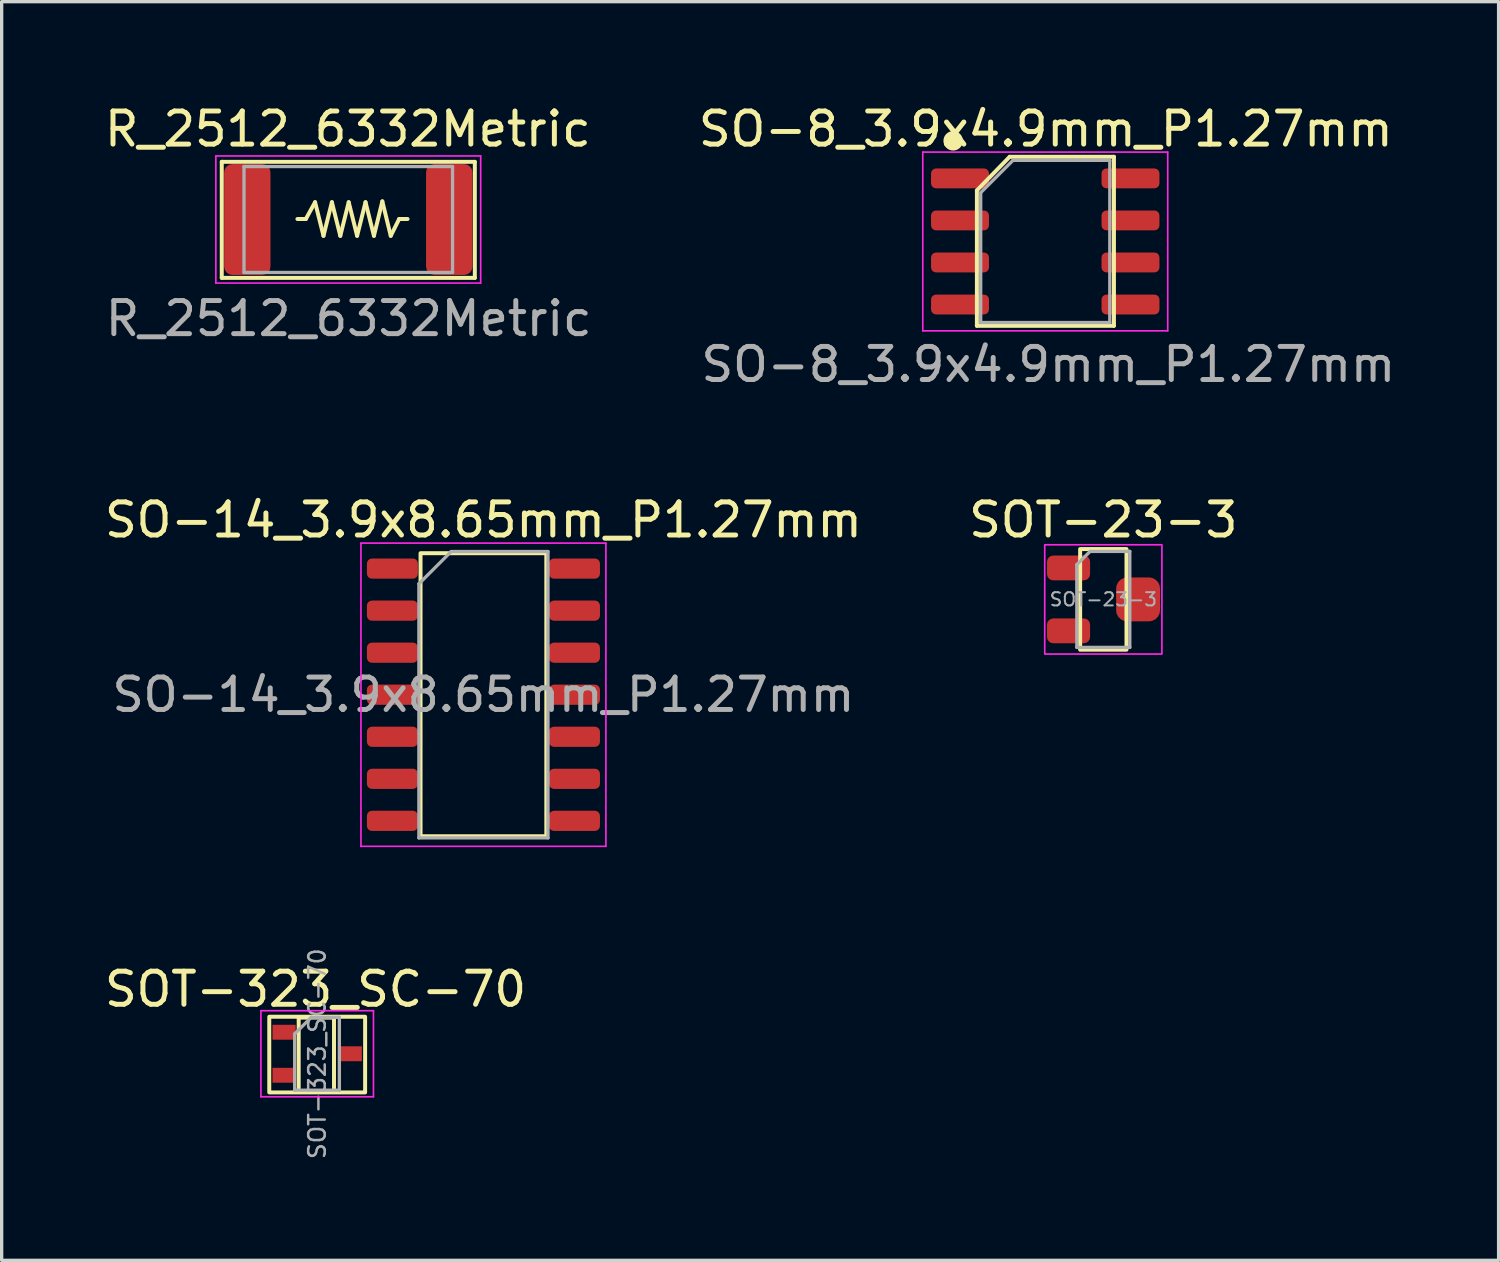
<source format=kicad_pcb>
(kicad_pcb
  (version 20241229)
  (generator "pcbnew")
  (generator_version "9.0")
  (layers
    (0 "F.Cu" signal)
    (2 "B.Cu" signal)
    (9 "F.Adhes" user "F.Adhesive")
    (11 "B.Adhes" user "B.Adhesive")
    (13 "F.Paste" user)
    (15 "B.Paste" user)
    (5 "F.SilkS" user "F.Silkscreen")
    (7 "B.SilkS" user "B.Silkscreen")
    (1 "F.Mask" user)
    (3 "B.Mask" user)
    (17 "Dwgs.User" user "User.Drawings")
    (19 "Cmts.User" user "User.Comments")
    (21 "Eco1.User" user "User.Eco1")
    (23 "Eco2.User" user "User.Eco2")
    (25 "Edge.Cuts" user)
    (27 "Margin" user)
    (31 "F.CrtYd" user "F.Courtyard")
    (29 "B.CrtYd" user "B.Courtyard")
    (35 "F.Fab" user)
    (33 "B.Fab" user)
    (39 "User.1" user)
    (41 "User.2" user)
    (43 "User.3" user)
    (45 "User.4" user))
  (footprint "SO-8_3.9x4.9mm_P1.27mm"
    (layer "F.Cu")
    (at 28.518 4.76)
    (property "Reference" "SO-8_3.9x4.9mm_P1.27mm" (at 0.025 -3.912 0) (unlocked yes) (layer "F.SilkS") (effects (font (size 1 1) (thickness 0.15))))
    (attr smd)
    (fp_line (start -2.057 -2.057) (end -2.057 2.007) (stroke (width 0.12) (type solid)) (layer "F.SilkS"))
    (fp_line (start -2.057 2.007) (end -2.057 2.032) (stroke (width 0.12) (type solid)) (layer "F.SilkS"))
    (fp_line (start -2.057 2.032) (end 2.083 2.032) (stroke (width 0.12) (type solid)) (layer "F.SilkS"))
    (fp_line (start -1.067 -3.073) (end -2.057 -2.057) (stroke (width 0.12) (type solid)) (layer "F.SilkS"))
    (fp_line (start 2.083 -3.073) (end -1.067 -3.073) (stroke (width 0.12) (type solid)) (layer "F.SilkS"))
    (fp_line (start 2.083 -3.073) (end 2.083 2.032) (stroke (width 0.12) (type solid)) (layer "F.SilkS"))
    (fp_circle (center -2.774 -3.556) (end -2.54 -3.556) (stroke (width 0.12) (type solid)) (fill yes) (layer "F.SilkS"))
    (fp_line (start -3.692 -3.216) (end -3.692 2.184) (stroke (width 0.05) (type solid)) (layer "F.CrtYd"))
    (fp_line (start -3.692 2.184) (end 3.708 2.184) (stroke (width 0.05) (type solid)) (layer "F.CrtYd"))
    (fp_line (start 3.708 -3.216) (end -3.692 -3.216) (stroke (width 0.05) (type solid)) (layer "F.CrtYd"))
    (fp_line (start 3.708 2.184) (end 3.708 -3.216) (stroke (width 0.05) (type solid)) (layer "F.CrtYd"))
    (fp_line (start -1.942 -1.991) (end -0.967 -2.966) (stroke (width 0.1) (type solid)) (layer "F.Fab"))
    (fp_line (start -1.942 1.934) (end -1.942 -1.991) (stroke (width 0.1) (type solid)) (layer "F.Fab"))
    (fp_line (start -0.967 -2.966) (end 1.958 -2.966) (stroke (width 0.1) (type solid)) (layer "F.Fab"))
    (fp_line (start 1.958 -2.966) (end 1.958 1.934) (stroke (width 0.1) (type solid)) (layer "F.Fab"))
    (fp_line (start 1.958 1.934) (end -1.942 1.934) (stroke (width 0.1) (type solid)) (layer "F.Fab"))
    (fp_text user "${REFERENCE}" (at 0.102 3.2 0) (unlocked yes) (layer "F.Fab") (effects (font (size 1 1) (thickness 0.15))))
    (pad "1" smd roundrect (at -2.567 -2.421) (size 1.75 0.6) (layers "F.Cu" "F.Mask" "F.Paste") (roundrect_rratio 0.25))
    (pad "2" smd roundrect (at -2.567 -1.151) (size 1.75 0.6) (layers "F.Cu" "F.Mask" "F.Paste") (roundrect_rratio 0.25))
    (pad "3" smd roundrect (at -2.567 0.119) (size 1.75 0.6) (layers "F.Cu" "F.Mask" "F.Paste") (roundrect_rratio 0.25))
    (pad "4" smd roundrect (at -2.567 1.389) (size 1.75 0.6) (layers "F.Cu" "F.Mask" "F.Paste") (roundrect_rratio 0.25))
    (pad "5" smd roundrect (at 2.583 1.389) (size 1.75 0.6) (layers "F.Cu" "F.Mask" "F.Paste") (roundrect_rratio 0.25))
    (pad "6" smd roundrect (at 2.583 0.119) (size 1.75 0.6) (layers "F.Cu" "F.Mask" "F.Paste") (roundrect_rratio 0.25))
    (pad "7" smd roundrect (at 2.583 -1.151) (size 1.75 0.6) (layers "F.Cu" "F.Mask" "F.Paste") (roundrect_rratio 0.25))
    (pad "8" smd roundrect (at 2.583 -2.421) (size 1.75 0.6) (layers "F.Cu" "F.Mask" "F.Paste") (roundrect_rratio 0.25)))
  (footprint "R_2512_6332Metric"
    (layer "F.Cu")
    (at 7.484 4.074)
    (property "Reference" "R_2512_6332Metric" (at -0.025 -3.226 0) (unlocked yes) (layer "F.SilkS") (effects (font (size 1 1) (thickness 0.15))))
    (attr smd)
    (fp_line (start -3.835 -2.235) (end -3.81 -2.235) (stroke (width 0.12) (type solid)) (layer "F.SilkS"))
    (fp_line (start -3.835 1.27) (end -3.835 -2.235) (stroke (width 0.12) (type solid)) (layer "F.SilkS"))
    (fp_line (start -3.81 -2.235) (end 3.81 -2.235) (stroke (width 0.12) (type solid)) (layer "F.SilkS"))
    (fp_line (start -1.549 -0.508) (end -1.295 -0.508) (stroke (width 0.12) (type solid)) (layer "F.SilkS"))
    (fp_line (start -1.295 -0.508) (end -1.016 -1.016) (stroke (width 0.12) (type solid)) (layer "F.SilkS"))
    (fp_line (start -1.016 -1.016) (end -0.762 0) (stroke (width 0.12) (type solid)) (layer "F.SilkS"))
    (fp_line (start -0.762 0) (end -0.508 -1.016) (stroke (width 0.12) (type solid)) (layer "F.SilkS"))
    (fp_line (start -0.508 -1.016) (end -0.254 0) (stroke (width 0.12) (type solid)) (layer "F.SilkS"))
    (fp_line (start -0.254 0) (end 0 -1.016) (stroke (width 0.12) (type solid)) (layer "F.SilkS"))
    (fp_line (start 0 -1.016) (end 0.254 0) (stroke (width 0.12) (type solid)) (layer "F.SilkS"))
    (fp_line (start 0.254 0) (end 0.508 -1.016) (stroke (width 0.12) (type solid)) (layer "F.SilkS"))
    (fp_line (start 0.508 -1.016) (end 0.762 0) (stroke (width 0.12) (type solid)) (layer "F.SilkS"))
    (fp_line (start 0.762 0) (end 1.016 -1.041) (stroke (width 0.12) (type solid)) (layer "F.SilkS"))
    (fp_line (start 1.016 -1.041) (end 1.27 0) (stroke (width 0.12) (type solid)) (layer "F.SilkS"))
    (fp_line (start 1.27 0) (end 1.524 -0.508) (stroke (width 0.12) (type solid)) (layer "F.SilkS"))
    (fp_line (start 1.524 -0.508) (end 1.778 -0.508) (stroke (width 0.12) (type solid)) (layer "F.SilkS"))
    (fp_line (start 3.81 -2.235) (end 3.81 1.27) (stroke (width 0.12) (type solid)) (layer "F.SilkS"))
    (fp_line (start 3.81 1.27) (end -3.835 1.27) (stroke (width 0.12) (type solid)) (layer "F.SilkS"))
    (fp_line (start -4.013 -2.413) (end 3.987 -2.413) (stroke (width 0.05) (type solid)) (layer "F.CrtYd"))
    (fp_line (start -4.013 1.427) (end -4.013 -2.413) (stroke (width 0.05) (type solid)) (layer "F.CrtYd"))
    (fp_line (start 3.987 -2.413) (end 3.987 1.427) (stroke (width 0.05) (type solid)) (layer "F.CrtYd"))
    (fp_line (start 3.987 1.427) (end -4.013 1.427) (stroke (width 0.05) (type solid)) (layer "F.CrtYd"))
    (fp_line (start -3.163 -2.093) (end 3.137 -2.093) (stroke (width 0.1) (type solid)) (layer "F.Fab"))
    (fp_line (start -3.163 1.107) (end -3.163 -2.093) (stroke (width 0.1) (type solid)) (layer "F.Fab"))
    (fp_line (start 3.137 -2.093) (end 3.137 1.107) (stroke (width 0.1) (type solid)) (layer "F.Fab"))
    (fp_line (start 3.137 1.107) (end -3.163 1.107) (stroke (width 0.1) (type solid)) (layer "F.Fab"))
    (fp_text user "${REFERENCE}" (at 0 2.5 0) (unlocked yes) (layer "F.Fab") (effects (font (size 1 1) (thickness 0.15))))
    (pad "1" smd roundrect (at -3.063 -0.493) (size 1.4 3.35) (layers "F.Cu" "F.Mask" "F.Paste") (roundrect_rratio 0.179))
    (pad "2" smd roundrect (at 3.037 -0.493) (size 1.4 3.35) (layers "F.Cu" "F.Mask" "F.Paste") (roundrect_rratio 0.179)))
  (footprint "SOT-323_SC-70"
    (layer "F.Cu")
    (at 6.532 28.783)
    (property "Reference" "SOT-323_SC-70" (at -0.05 -1.95 0) (layer "F.SilkS") (effects (font (size 1 1) (thickness 0.15))))
    (attr smd)
    (fp_line (start -0.559 -1.092) (end 0.508 -1.092) (stroke (width 0.12) (type default)) (layer "F.SilkS"))
    (fp_line (start -0.559 1.143) (end -0.559 -1.092) (stroke (width 0.12) (type default)) (layer "F.SilkS"))
    (fp_line (start 0.508 -1.092) (end 0.508 1.143) (stroke (width 0.12) (type default)) (layer "F.SilkS"))
    (fp_line (start 0.508 1.143) (end -0.559 1.143) (stroke (width 0.12) (type default)) (layer "F.SilkS"))
    (fp_rect (start -1.448 -1.118) (end 1.448 1.168) (stroke (width 0.12) (type default)) (fill no) (layer "F.SilkS"))
    (fp_line (start -1.7 -1.3) (end 1.7 -1.3) (stroke (width 0.05) (type solid)) (layer "F.CrtYd"))
    (fp_line (start -1.7 1.3) (end -1.7 -1.3) (stroke (width 0.05) (type solid)) (layer "F.CrtYd"))
    (fp_line (start 1.7 -1.3) (end 1.7 1.3) (stroke (width 0.05) (type solid)) (layer "F.CrtYd"))
    (fp_line (start 1.7 1.3) (end -1.7 1.3) (stroke (width 0.05) (type solid)) (layer "F.CrtYd"))
    (fp_line (start -0.68 -0.6) (end -0.68 1.1) (stroke (width 0.1) (type solid)) (layer "F.Fab"))
    (fp_line (start -0.18 -1.1) (end -0.68 -0.6) (stroke (width 0.1) (type solid)) (layer "F.Fab"))
    (fp_line (start 0.67 -1.1) (end -0.18 -1.1) (stroke (width 0.1) (type solid)) (layer "F.Fab"))
    (fp_line (start 0.67 -1.1) (end 0.67 1.1) (stroke (width 0.1) (type solid)) (layer "F.Fab"))
    (fp_line (start 0.67 1.1) (end -0.68 1.1) (stroke (width 0.1) (type solid)) (layer "F.Fab"))
    (fp_text user "${REFERENCE}" (at 0 0 90) (layer "F.Fab") (effects (font (size 0.5 0.5) (thickness 0.075))))
    (pad "1" smd rect (at -1 -0.65 270) (size 0.45 0.7) (layers "F.Cu" "F.Mask" "F.Paste"))
    (pad "2" smd rect (at -1 0.65 270) (size 0.45 0.7) (layers "F.Cu" "F.Mask" "F.Paste"))
    (pad "3" smd rect (at 1 0 270) (size 0.45 0.7) (layers "F.Cu" "F.Mask" "F.Paste")))
  (footprint "SOT-23-3"
    (layer "F.Cu")
    (at 30.28 15.057)
    (property "Reference" "SOT-23-3" (at 0 -2.4 0) (layer "F.SilkS") (effects (font (size 1 1) (thickness 0.15))))
    (attr smd)
    (fp_rect (start -0.7 -1.52) (end 0.7 1.52) (stroke (width 0.12) (type default)) (fill no) (layer "F.SilkS"))
    (fp_rect (start -1.77 -1.65) (end 1.77 1.65) (stroke (width 0.05) (type default)) (fill no) (layer "F.CrtYd"))
    (fp_line (start -0.8 -1.05) (end -0.4 -1.45) (stroke (width 0.1) (type solid)) (layer "F.Fab"))
    (fp_line (start -0.8 1.45) (end -0.8 -1.05) (stroke (width 0.1) (type solid)) (layer "F.Fab"))
    (fp_line (start -0.4 -1.45) (end 0.8 -1.45) (stroke (width 0.1) (type solid)) (layer "F.Fab"))
    (fp_line (start 0.8 -1.45) (end 0.8 1.45) (stroke (width 0.1) (type solid)) (layer "F.Fab"))
    (fp_line (start 0.8 1.45) (end -0.8 1.45) (stroke (width 0.1) (type solid)) (layer "F.Fab"))
    (fp_text user "${REFERENCE}" (at 0 0 0) (layer "F.Fab") (effects (font (size 0.4 0.4) (thickness 0.06))))
    (pad "1" smd roundrect (at -1.05 -0.95) (size 1.3 0.75) (layers "F.Cu" "F.Mask" "F.Paste") (roundrect_rratio 0.25))
    (pad "2" smd roundrect (at -1.05 0.95) (size 1.3 0.75) (layers "F.Cu" "F.Mask" "F.Paste") (roundrect_rratio 0.25))
    (pad "3" smd roundrect (at 1.05 0) (size 1.325 1.325) (layers "F.Cu" "F.Mask" "F.Paste") (roundrect_rratio 0.25)))
  (footprint "SO-14_3.9x8.65mm_P1.27mm"
    (layer "F.Cu")
    (at 11.554 17.937)
    (property "Reference" "SO-14_3.9x8.65mm_P1.27mm" (at 0 -5.28 0) (layer "F.SilkS") (effects (font (size 1 1) (thickness 0.15))))
    (attr smd)
    (fp_rect (start -1.9 -4.275) (end 1.9 4.275) (stroke (width 0.12) (type default)) (fill no) (layer "F.SilkS"))
    (fp_line (start -3.7 -4.58) (end -3.7 4.58) (stroke (width 0.05) (type solid)) (layer "F.CrtYd"))
    (fp_line (start -3.7 4.58) (end 3.7 4.58) (stroke (width 0.05) (type solid)) (layer "F.CrtYd"))
    (fp_line (start 3.7 -4.58) (end -3.7 -4.58) (stroke (width 0.05) (type solid)) (layer "F.CrtYd"))
    (fp_line (start 3.7 4.58) (end 3.7 -4.58) (stroke (width 0.05) (type solid)) (layer "F.CrtYd"))
    (fp_line (start -1.95 -3.35) (end -0.975 -4.325) (stroke (width 0.1) (type solid)) (layer "F.Fab"))
    (fp_line (start -1.95 4.325) (end -1.95 -3.35) (stroke (width 0.1) (type solid)) (layer "F.Fab"))
    (fp_line (start -0.975 -4.325) (end 1.95 -4.325) (stroke (width 0.1) (type solid)) (layer "F.Fab"))
    (fp_line (start 1.95 -4.325) (end 1.95 4.325) (stroke (width 0.1) (type solid)) (layer "F.Fab"))
    (fp_line (start 1.95 4.325) (end -1.95 4.325) (stroke (width 0.1) (type solid)) (layer "F.Fab"))
    (fp_text user "${REFERENCE}" (at 0 0 0) (layer "F.Fab") (effects (font (size 0.98 0.98) (thickness 0.15))))
    (pad "1" smd roundrect (at -2.75 -3.81) (size 1.54 0.61) (layers "F.Cu" "F.Mask" "F.Paste") (roundrect_rratio 0.25))
    (pad "2" smd roundrect (at -2.75 -2.54) (size 1.54 0.61) (layers "F.Cu" "F.Mask" "F.Paste") (roundrect_rratio 0.25))
    (pad "3" smd roundrect (at -2.75 -1.27) (size 1.54 0.61) (layers "F.Cu" "F.Mask" "F.Paste") (roundrect_rratio 0.25))
    (pad "4" smd roundrect (at -2.75 0) (size 1.54 0.61) (layers "F.Cu" "F.Mask" "F.Paste") (roundrect_rratio 0.25))
    (pad "5" smd roundrect (at -2.75 1.27) (size 1.54 0.61) (layers "F.Cu" "F.Mask" "F.Paste") (roundrect_rratio 0.25))
    (pad "6" smd roundrect (at -2.75 2.54) (size 1.54 0.61) (layers "F.Cu" "F.Mask" "F.Paste") (roundrect_rratio 0.25))
    (pad "7" smd roundrect (at -2.75 3.81) (size 1.54 0.61) (layers "F.Cu" "F.Mask" "F.Paste") (roundrect_rratio 0.25))
    (pad "8" smd roundrect (at 2.75 3.81) (size 1.54 0.61) (layers "F.Cu" "F.Mask" "F.Paste") (roundrect_rratio 0.25))
    (pad "9" smd roundrect (at 2.75 2.54) (size 1.54 0.61) (layers "F.Cu" "F.Mask" "F.Paste") (roundrect_rratio 0.25))
    (pad "10" smd roundrect (at 2.75 1.27) (size 1.54 0.61) (layers "F.Cu" "F.Mask" "F.Paste") (roundrect_rratio 0.25))
    (pad "11" smd roundrect (at 2.75 0) (size 1.54 0.61) (layers "F.Cu" "F.Mask" "F.Paste") (roundrect_rratio 0.25))
    (pad "12" smd roundrect (at 2.75 -1.27) (size 1.54 0.61) (layers "F.Cu" "F.Mask" "F.Paste") (roundrect_rratio 0.25))
    (pad "13" smd roundrect (at 2.75 -2.54) (size 1.54 0.61) (layers "F.Cu" "F.Mask" "F.Paste") (roundrect_rratio 0.25))
    (pad "14" smd roundrect (at 2.75 -3.81) (size 1.54 0.61) (layers "F.Cu" "F.Mask" "F.Paste") (roundrect_rratio 0.25)))
  (gr_rect
    (start -3 -3)
    (end 42.221 35.024)
    (stroke (width 0.1) (type default))
    (fill no)
    (layer "Edge.Cuts")))
</source>
